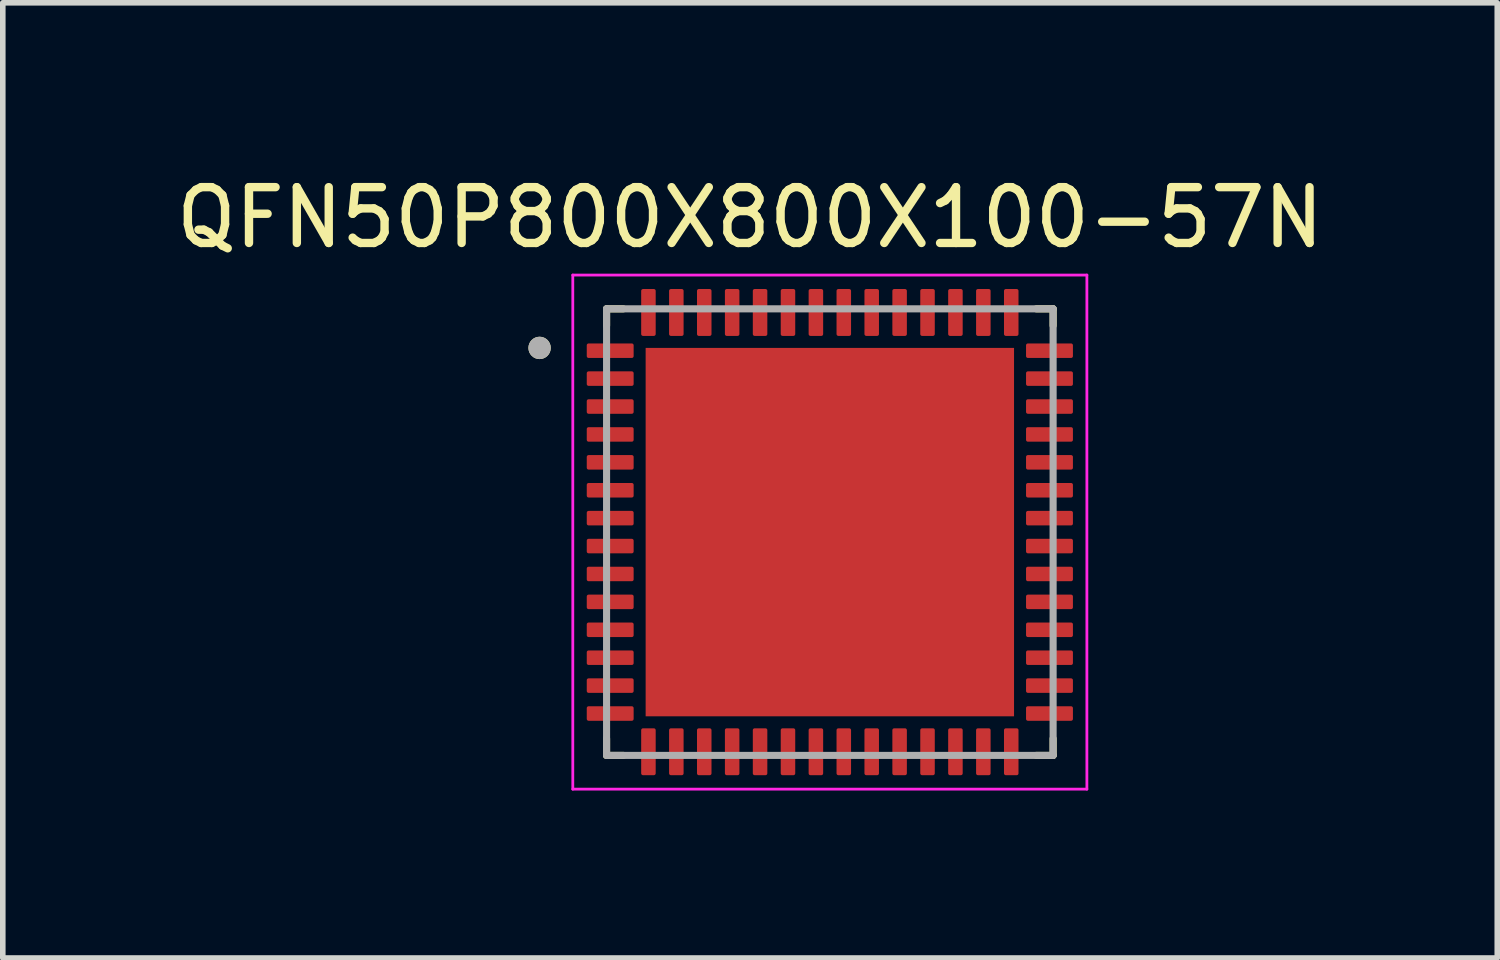
<source format=kicad_pcb>
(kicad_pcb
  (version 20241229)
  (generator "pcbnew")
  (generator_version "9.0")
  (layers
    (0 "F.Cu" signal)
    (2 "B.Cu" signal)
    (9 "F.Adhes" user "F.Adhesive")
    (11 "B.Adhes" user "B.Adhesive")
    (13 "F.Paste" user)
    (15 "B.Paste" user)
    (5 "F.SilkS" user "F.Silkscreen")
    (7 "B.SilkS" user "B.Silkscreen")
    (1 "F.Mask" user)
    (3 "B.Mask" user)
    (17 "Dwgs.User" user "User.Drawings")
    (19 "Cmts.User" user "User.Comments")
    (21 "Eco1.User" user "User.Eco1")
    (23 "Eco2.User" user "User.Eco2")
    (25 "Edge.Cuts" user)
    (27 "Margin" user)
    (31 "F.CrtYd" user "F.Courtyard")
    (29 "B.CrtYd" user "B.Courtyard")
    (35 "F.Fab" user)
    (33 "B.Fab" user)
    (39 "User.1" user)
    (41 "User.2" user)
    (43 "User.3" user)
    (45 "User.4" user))
  (footprint "QFN50P800X800X100-57N"
    (layer "F.Cu")
    (at 11.817 6.483)
    (property "Reference" "QFN50P800X800X100-57N" (at -1.43 -5.635 0) (layer "F.SilkS") (effects (font (size 1 1) (thickness 0.15))))
    (attr smd)
    (fp_line (start -4 -4) (end -3.7 -4) (stroke (width 0.127) (type solid)) (layer "F.SilkS"))
    (fp_line (start -4 -3.7) (end -4 -4) (stroke (width 0.127) (type solid)) (layer "F.SilkS"))
    (fp_line (start -4 4) (end -4 3.7) (stroke (width 0.127) (type solid)) (layer "F.SilkS"))
    (fp_line (start -3.7 4) (end -4 4) (stroke (width 0.127) (type solid)) (layer "F.SilkS"))
    (fp_line (start 3.7 -4) (end 4 -4) (stroke (width 0.127) (type solid)) (layer "F.SilkS"))
    (fp_line (start 4 -4) (end 4 -3.7) (stroke (width 0.127) (type solid)) (layer "F.SilkS"))
    (fp_line (start 4 3.7) (end 4 4) (stroke (width 0.127) (type solid)) (layer "F.SilkS"))
    (fp_line (start 4 4) (end 3.7 4) (stroke (width 0.127) (type solid)) (layer "F.SilkS"))
    (fp_circle (center -5.2 -3.3) (end -5.1 -3.3) (stroke (width 0.2) (type solid)) (fill no) (layer "F.SilkS"))
    (fp_poly (pts (xy -2.895 -2.895) (xy -1.505 -2.895) (xy -1.505 -1.505) (xy -2.895 -1.505)) (stroke (width 0.01) (type solid)) (fill yes) (layer "F.Paste"))
    (fp_poly (pts (xy -2.895 -0.695) (xy -1.505 -0.695) (xy -1.505 0.695) (xy -2.895 0.695)) (stroke (width 0.01) (type solid)) (fill yes) (layer "F.Paste"))
    (fp_poly (pts (xy -2.895 1.505) (xy -1.505 1.505) (xy -1.505 2.895) (xy -2.895 2.895)) (stroke (width 0.01) (type solid)) (fill yes) (layer "F.Paste"))
    (fp_poly (pts (xy -0.695 -2.895) (xy 0.695 -2.895) (xy 0.695 -1.505) (xy -0.695 -1.505)) (stroke (width 0.01) (type solid)) (fill yes) (layer "F.Paste"))
    (fp_poly (pts (xy -0.695 -0.695) (xy 0.695 -0.695) (xy 0.695 0.695) (xy -0.695 0.695)) (stroke (width 0.01) (type solid)) (fill yes) (layer "F.Paste"))
    (fp_poly (pts (xy -0.695 1.505) (xy 0.695 1.505) (xy 0.695 2.895) (xy -0.695 2.895)) (stroke (width 0.01) (type solid)) (fill yes) (layer "F.Paste"))
    (fp_poly (pts (xy 1.505 -2.895) (xy 2.895 -2.895) (xy 2.895 -1.505) (xy 1.505 -1.505)) (stroke (width 0.01) (type solid)) (fill yes) (layer "F.Paste"))
    (fp_poly (pts (xy 1.505 -0.695) (xy 2.895 -0.695) (xy 2.895 0.695) (xy 1.505 0.695)) (stroke (width 0.01) (type solid)) (fill yes) (layer "F.Paste"))
    (fp_poly (pts (xy 1.505 1.505) (xy 2.895 1.505) (xy 2.895 2.895) (xy 1.505 2.895)) (stroke (width 0.01) (type solid)) (fill yes) (layer "F.Paste"))
    (fp_line (start -4.605 -4.605) (end 4.605 -4.605) (stroke (width 0.05) (type solid)) (layer "F.CrtYd"))
    (fp_line (start -4.605 4.605) (end -4.605 -4.605) (stroke (width 0.05) (type solid)) (layer "F.CrtYd"))
    (fp_line (start 4.605 -4.605) (end 4.605 4.605) (stroke (width 0.05) (type solid)) (layer "F.CrtYd"))
    (fp_line (start 4.605 4.605) (end -4.605 4.605) (stroke (width 0.05) (type solid)) (layer "F.CrtYd"))
    (fp_line (start -4 -4) (end 4 -4) (stroke (width 0.127) (type solid)) (layer "F.Fab"))
    (fp_line (start -4 4) (end -4 -4) (stroke (width 0.127) (type solid)) (layer "F.Fab"))
    (fp_line (start 4 -4) (end 4 4) (stroke (width 0.127) (type solid)) (layer "F.Fab"))
    (fp_line (start 4 4) (end -4 4) (stroke (width 0.127) (type solid)) (layer "F.Fab"))
    (fp_circle (center -5.2 -3.3) (end -5.1 -3.3) (stroke (width 0.2) (type solid)) (fill no) (layer "F.Fab"))
    (pad "1" smd roundrect (at -3.935 -3.25) (size 0.84 0.26) (layers "F.Cu" "F.Mask" "F.Paste") (roundrect_rratio 0.125))
    (pad "2" smd roundrect (at -3.935 -2.75) (size 0.84 0.26) (layers "F.Cu" "F.Mask" "F.Paste") (roundrect_rratio 0.125))
    (pad "3" smd roundrect (at -3.935 -2.25) (size 0.84 0.26) (layers "F.Cu" "F.Mask" "F.Paste") (roundrect_rratio 0.125))
    (pad "4" smd roundrect (at -3.935 -1.75) (size 0.84 0.26) (layers "F.Cu" "F.Mask" "F.Paste") (roundrect_rratio 0.125))
    (pad "5" smd roundrect (at -3.935 -1.25) (size 0.84 0.26) (layers "F.Cu" "F.Mask" "F.Paste") (roundrect_rratio 0.125))
    (pad "6" smd roundrect (at -3.935 -0.75) (size 0.84 0.26) (layers "F.Cu" "F.Mask" "F.Paste") (roundrect_rratio 0.125))
    (pad "7" smd roundrect (at -3.935 -0.25) (size 0.84 0.26) (layers "F.Cu" "F.Mask" "F.Paste") (roundrect_rratio 0.125))
    (pad "8" smd roundrect (at -3.935 0.25) (size 0.84 0.26) (layers "F.Cu" "F.Mask" "F.Paste") (roundrect_rratio 0.125))
    (pad "9" smd roundrect (at -3.935 0.75) (size 0.84 0.26) (layers "F.Cu" "F.Mask" "F.Paste") (roundrect_rratio 0.125))
    (pad "10" smd roundrect (at -3.935 1.25) (size 0.84 0.26) (layers "F.Cu" "F.Mask" "F.Paste") (roundrect_rratio 0.125))
    (pad "11" smd roundrect (at -3.935 1.75) (size 0.84 0.26) (layers "F.Cu" "F.Mask" "F.Paste") (roundrect_rratio 0.125))
    (pad "12" smd roundrect (at -3.935 2.25) (size 0.84 0.26) (layers "F.Cu" "F.Mask" "F.Paste") (roundrect_rratio 0.125))
    (pad "13" smd roundrect (at -3.935 2.75) (size 0.84 0.26) (layers "F.Cu" "F.Mask" "F.Paste") (roundrect_rratio 0.125))
    (pad "14" smd roundrect (at -3.935 3.25) (size 0.84 0.26) (layers "F.Cu" "F.Mask" "F.Paste") (roundrect_rratio 0.125))
    (pad "15" smd roundrect (at -3.25 3.935) (size 0.26 0.84) (layers "F.Cu" "F.Mask" "F.Paste") (roundrect_rratio 0.125))
    (pad "16" smd roundrect (at -2.75 3.935) (size 0.26 0.84) (layers "F.Cu" "F.Mask" "F.Paste") (roundrect_rratio 0.125))
    (pad "17" smd roundrect (at -2.25 3.935) (size 0.26 0.84) (layers "F.Cu" "F.Mask" "F.Paste") (roundrect_rratio 0.125))
    (pad "18" smd roundrect (at -1.75 3.935) (size 0.26 0.84) (layers "F.Cu" "F.Mask" "F.Paste") (roundrect_rratio 0.125))
    (pad "19" smd roundrect (at -1.25 3.935) (size 0.26 0.84) (layers "F.Cu" "F.Mask" "F.Paste") (roundrect_rratio 0.125))
    (pad "20" smd roundrect (at -0.75 3.935) (size 0.26 0.84) (layers "F.Cu" "F.Mask" "F.Paste") (roundrect_rratio 0.125))
    (pad "21" smd roundrect (at -0.25 3.935) (size 0.26 0.84) (layers "F.Cu" "F.Mask" "F.Paste") (roundrect_rratio 0.125))
    (pad "22" smd roundrect (at 0.25 3.935) (size 0.26 0.84) (layers "F.Cu" "F.Mask" "F.Paste") (roundrect_rratio 0.125))
    (pad "23" smd roundrect (at 0.75 3.935) (size 0.26 0.84) (layers "F.Cu" "F.Mask" "F.Paste") (roundrect_rratio 0.125))
    (pad "24" smd roundrect (at 1.25 3.935) (size 0.26 0.84) (layers "F.Cu" "F.Mask" "F.Paste") (roundrect_rratio 0.125))
    (pad "25" smd roundrect (at 1.75 3.935) (size 0.26 0.84) (layers "F.Cu" "F.Mask" "F.Paste") (roundrect_rratio 0.125))
    (pad "26" smd roundrect (at 2.25 3.935) (size 0.26 0.84) (layers "F.Cu" "F.Mask" "F.Paste") (roundrect_rratio 0.125))
    (pad "27" smd roundrect (at 2.75 3.935) (size 0.26 0.84) (layers "F.Cu" "F.Mask" "F.Paste") (roundrect_rratio 0.125))
    (pad "28" smd roundrect (at 3.25 3.935) (size 0.26 0.84) (layers "F.Cu" "F.Mask" "F.Paste") (roundrect_rratio 0.125))
    (pad "29" smd roundrect (at 3.935 3.25) (size 0.84 0.26) (layers "F.Cu" "F.Mask" "F.Paste") (roundrect_rratio 0.125))
    (pad "30" smd roundrect (at 3.935 2.75) (size 0.84 0.26) (layers "F.Cu" "F.Mask" "F.Paste") (roundrect_rratio 0.125))
    (pad "31" smd roundrect (at 3.935 2.25) (size 0.84 0.26) (layers "F.Cu" "F.Mask" "F.Paste") (roundrect_rratio 0.125))
    (pad "32" smd roundrect (at 3.935 1.75) (size 0.84 0.26) (layers "F.Cu" "F.Mask" "F.Paste") (roundrect_rratio 0.125))
    (pad "33" smd roundrect (at 3.935 1.25) (size 0.84 0.26) (layers "F.Cu" "F.Mask" "F.Paste") (roundrect_rratio 0.125))
    (pad "34" smd roundrect (at 3.935 0.75) (size 0.84 0.26) (layers "F.Cu" "F.Mask" "F.Paste") (roundrect_rratio 0.125))
    (pad "35" smd roundrect (at 3.935 0.25) (size 0.84 0.26) (layers "F.Cu" "F.Mask" "F.Paste") (roundrect_rratio 0.125))
    (pad "36" smd roundrect (at 3.935 -0.25) (size 0.84 0.26) (layers "F.Cu" "F.Mask" "F.Paste") (roundrect_rratio 0.125))
    (pad "37" smd roundrect (at 3.935 -0.75) (size 0.84 0.26) (layers "F.Cu" "F.Mask" "F.Paste") (roundrect_rratio 0.125))
    (pad "38" smd roundrect (at 3.935 -1.25) (size 0.84 0.26) (layers "F.Cu" "F.Mask" "F.Paste") (roundrect_rratio 0.125))
    (pad "39" smd roundrect (at 3.935 -1.75) (size 0.84 0.26) (layers "F.Cu" "F.Mask" "F.Paste") (roundrect_rratio 0.125))
    (pad "40" smd roundrect (at 3.935 -2.25) (size 0.84 0.26) (layers "F.Cu" "F.Mask" "F.Paste") (roundrect_rratio 0.125))
    (pad "41" smd roundrect (at 3.935 -2.75) (size 0.84 0.26) (layers "F.Cu" "F.Mask" "F.Paste") (roundrect_rratio 0.125))
    (pad "42" smd roundrect (at 3.935 -3.25) (size 0.84 0.26) (layers "F.Cu" "F.Mask" "F.Paste") (roundrect_rratio 0.125))
    (pad "43" smd roundrect (at 3.25 -3.935) (size 0.26 0.84) (layers "F.Cu" "F.Mask" "F.Paste") (roundrect_rratio 0.125))
    (pad "44" smd roundrect (at 2.75 -3.935) (size 0.26 0.84) (layers "F.Cu" "F.Mask" "F.Paste") (roundrect_rratio 0.125))
    (pad "45" smd roundrect (at 2.25 -3.935) (size 0.26 0.84) (layers "F.Cu" "F.Mask" "F.Paste") (roundrect_rratio 0.125))
    (pad "46" smd roundrect (at 1.75 -3.935) (size 0.26 0.84) (layers "F.Cu" "F.Mask" "F.Paste") (roundrect_rratio 0.125))
    (pad "47" smd roundrect (at 1.25 -3.935) (size 0.26 0.84) (layers "F.Cu" "F.Mask" "F.Paste") (roundrect_rratio 0.125))
    (pad "48" smd roundrect (at 0.75 -3.935) (size 0.26 0.84) (layers "F.Cu" "F.Mask" "F.Paste") (roundrect_rratio 0.125))
    (pad "49" smd roundrect (at 0.25 -3.935) (size 0.26 0.84) (layers "F.Cu" "F.Mask" "F.Paste") (roundrect_rratio 0.125))
    (pad "50" smd roundrect (at -0.25 -3.935) (size 0.26 0.84) (layers "F.Cu" "F.Mask" "F.Paste") (roundrect_rratio 0.125))
    (pad "51" smd roundrect (at -0.75 -3.935) (size 0.26 0.84) (layers "F.Cu" "F.Mask" "F.Paste") (roundrect_rratio 0.125))
    (pad "52" smd roundrect (at -1.25 -3.935) (size 0.26 0.84) (layers "F.Cu" "F.Mask" "F.Paste") (roundrect_rratio 0.125))
    (pad "53" smd roundrect (at -1.75 -3.935) (size 0.26 0.84) (layers "F.Cu" "F.Mask" "F.Paste") (roundrect_rratio 0.125))
    (pad "54" smd roundrect (at -2.25 -3.935) (size 0.26 0.84) (layers "F.Cu" "F.Mask" "F.Paste") (roundrect_rratio 0.125))
    (pad "55" smd roundrect (at -2.75 -3.935) (size 0.26 0.84) (layers "F.Cu" "F.Mask" "F.Paste") (roundrect_rratio 0.125))
    (pad "56" smd roundrect (at -3.25 -3.935) (size 0.26 0.84) (layers "F.Cu" "F.Mask" "F.Paste") (roundrect_rratio 0.125))
    (pad "57" smd rect (at 0 0) (size 6.6 6.6) (layers "F.Cu" "F.Mask")))
  (gr_rect
    (start -3 -3)
    (end 23.774 14.113)
    (stroke (width 0.1) (type default))
    (fill no)
    (layer "Edge.Cuts")))
</source>
